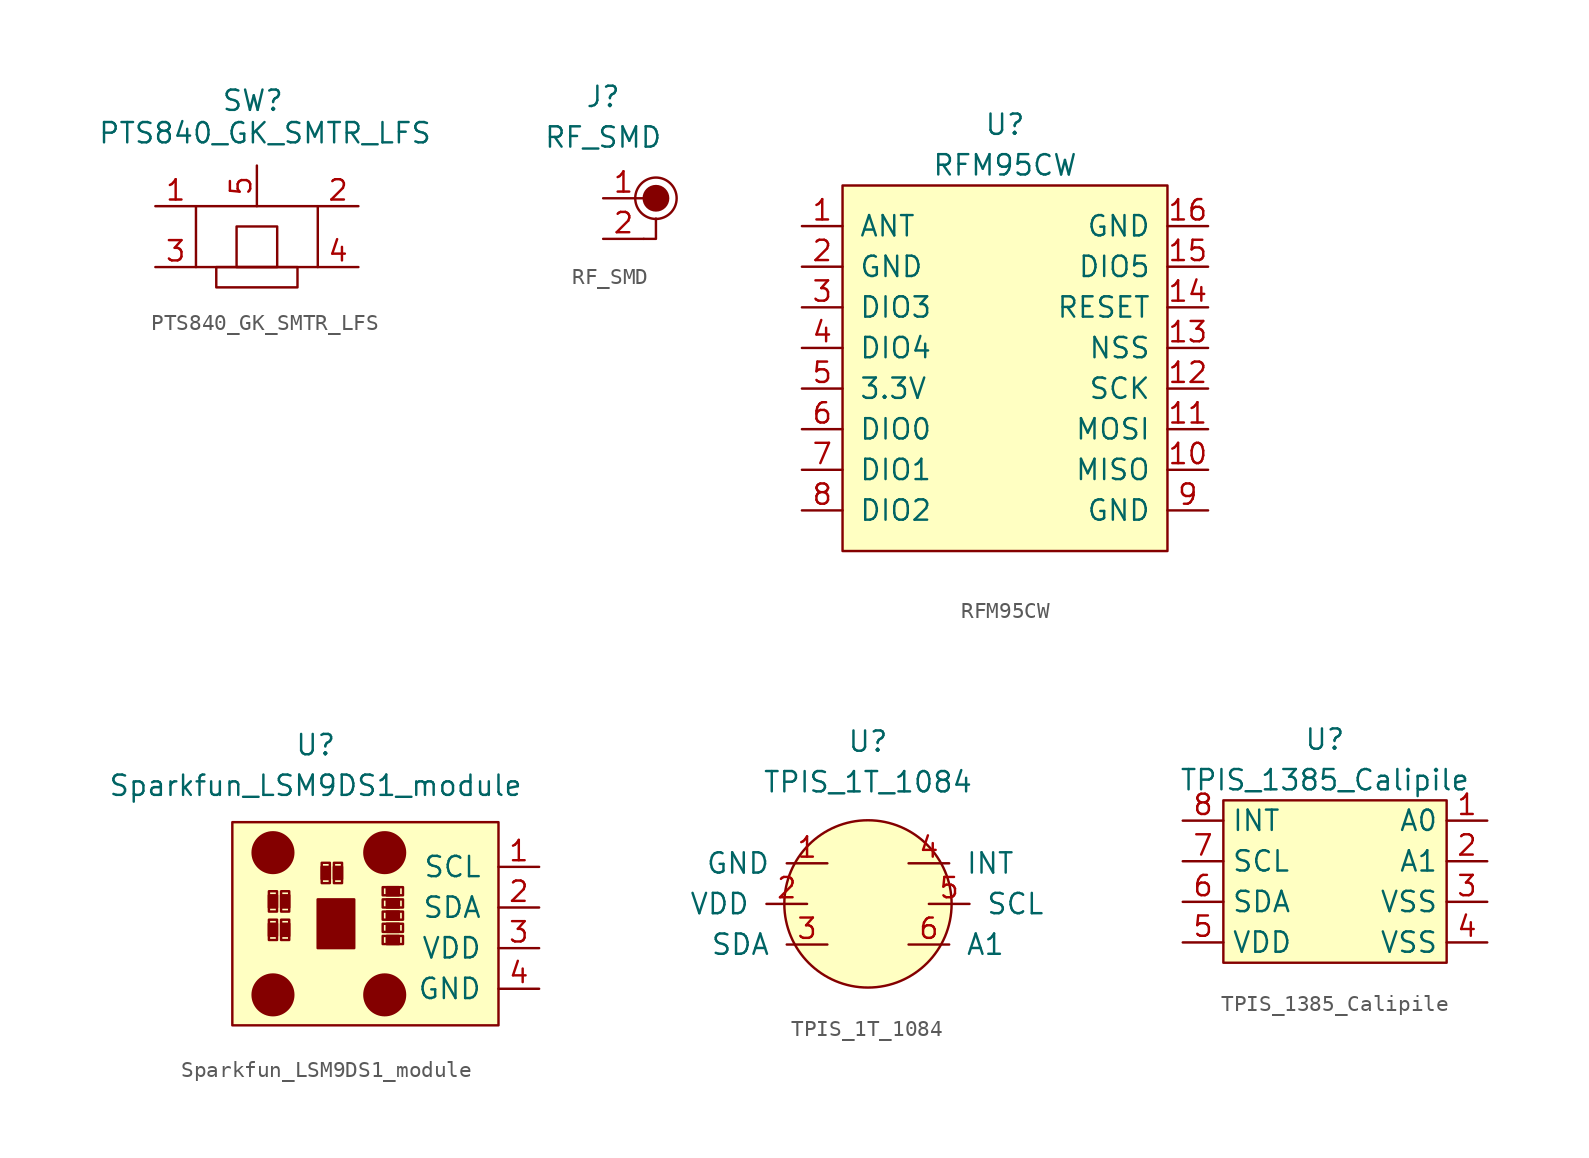
<source format=kicad_sym>
(kicad_symbol_lib
  (version 20211014)
  (generator kicad_symbol_editor)
  (symbol "PTS840_GK_SMTR_LFS"
    (pin_names
      (offset 1.016))
    (property "Reference" "SW"
      (at -0.254 4.064 0)
      (effects (font (size 1.27 1.27))))
    (property "Value" "PTS840_GK_SMTR_LFS"
      (at 0.508 2.032 0)
      (effects (font (size 1.27 1.27))))
    (symbol "PTS840_GK_SMTR_LFS_0_1"
      (rectangle (start -3.81 -2.54) (end 3.81 -6.35) (stroke (width 0) (type default) (color 0 0 0 0)) (fill (type none)))
      (rectangle (start -2.54 -6.35) (end 2.54 -7.62) (stroke (width 0) (type default) (color 0 0 0 0)) (fill (type none)))
      (rectangle (start -1.27 -6.35) (end 1.27 -3.81) (stroke (width 0) (type default) (color 0 0 0 0)) (fill (type none))))
    (symbol "PTS840_GK_SMTR_LFS_1_1"
      (pin input line (at -6.35 -2.54 0) (length 2.54) (name "~" (effects (font (size 1.27 1.27)))) (number "1" (effects (font (size 1.27 1.27)))))
      (pin input line (at 6.35 -2.54 180) (length 2.54) (name "~" (effects (font (size 1.27 1.27)))) (number "2" (effects (font (size 1.27 1.27)))))
      (pin input line (at -6.35 -6.35 0) (length 2.54) (name "~" (effects (font (size 1.27 1.27)))) (number "3" (effects (font (size 1.27 1.27)))))
      (pin input line (at 6.35 -6.35 180) (length 2.54) (name "~" (effects (font (size 1.27 1.27)))) (number "4" (effects (font (size 1.27 1.27)))))
      (pin input line (at 0 0 270) (length 2.54) (name "~" (effects (font (size 1.27 1.27)))) (number "5" (effects (font (size 1.27 1.27)))))))
  (symbol "RF_SMD"
    (pin_names
      (offset 1.016))
    (property "Reference" "J"
      (at 0 2.54 0)
      (effects (font (size 1.27 1.27))))
    (property "Value" "RF_SMD"
      (at 0 0 0)
      (effects (font (size 1.27 1.27))))
    (symbol "RF_SMD_0_1"
      (polyline (pts (xy 2.54 -6.35) (xy 3.302 -6.35) (xy 3.302 -5.08)) (stroke (width 0) (type default) (color 0 0 0 0)) (fill (type none)))
      (circle (center 3.302 -3.81) (radius 0.762) (stroke (width 0) (type default) (color 0 0 0 0)) (fill (type outline)))
      (circle (center 3.302 -3.81) (radius 1.295) (stroke (width 0) (type default) (color 0 0 0 0)) (fill (type none))))
    (symbol "RF_SMD_1_1"
      (pin input line (at 0 -3.81 0) (length 2.54) (name "~" (effects (font (size 1.27 1.27)))) (number "1" (effects (font (size 1.27 1.27)))))
      (pin input line (at 0 -6.35 0) (length 2.54) (name "~" (effects (font (size 1.27 1.27)))) (number "2" (effects (font (size 1.27 1.27)))))))
  (symbol "RFM95CW"
    (pin_names
      (offset 1.016))
    (property "Reference" "U"
      (at 0 1.27 0)
      (effects (font (size 1.27 1.27))))
    (property "Value" "RFM95CW"
      (at 0 -1.27 0)
      (effects (font (size 1.27 1.27))))
    (symbol "RFM95CW_0_1"
      (rectangle (start -10.16 -2.54) (end 10.16 -25.4) (stroke (width 0) (type default) (color 0 0 0 0)) (fill (type background))))
    (symbol "RFM95CW_1_1"
      (pin input line (at -12.7 -5.08 0) (length 2.54) (name "ANT" (effects (font (size 1.27 1.27)))) (number "1" (effects (font (size 1.27 1.27)))))
      (pin input line (at 12.7 -20.32 180) (length 2.54) (name "MISO" (effects (font (size 1.27 1.27)))) (number "10" (effects (font (size 1.27 1.27)))))
      (pin input line (at 12.7 -17.78 180) (length 2.54) (name "MOSI" (effects (font (size 1.27 1.27)))) (number "11" (effects (font (size 1.27 1.27)))))
      (pin input line (at 12.7 -15.24 180) (length 2.54) (name "SCK" (effects (font (size 1.27 1.27)))) (number "12" (effects (font (size 1.27 1.27)))))
      (pin input line (at 12.7 -12.7 180) (length 2.54) (name "NSS" (effects (font (size 1.27 1.27)))) (number "13" (effects (font (size 1.27 1.27)))))
      (pin input line (at 12.7 -10.16 180) (length 2.54) (name "RESET" (effects (font (size 1.27 1.27)))) (number "14" (effects (font (size 1.27 1.27)))))
      (pin input line (at 12.7 -7.62 180) (length 2.54) (name "DIO5" (effects (font (size 1.27 1.27)))) (number "15" (effects (font (size 1.27 1.27)))))
      (pin input line (at 12.7 -5.08 180) (length 2.54) (name "GND" (effects (font (size 1.27 1.27)))) (number "16" (effects (font (size 1.27 1.27)))))
      (pin input line (at -12.7 -7.62 0) (length 2.54) (name "GND" (effects (font (size 1.27 1.27)))) (number "2" (effects (font (size 1.27 1.27)))))
      (pin input line (at -12.7 -10.16 0) (length 2.54) (name "DIO3" (effects (font (size 1.27 1.27)))) (number "3" (effects (font (size 1.27 1.27)))))
      (pin input line (at -12.7 -12.7 0) (length 2.54) (name "DIO4" (effects (font (size 1.27 1.27)))) (number "4" (effects (font (size 1.27 1.27)))))
      (pin input line (at -12.7 -15.24 0) (length 2.54) (name "3.3V" (effects (font (size 1.27 1.27)))) (number "5" (effects (font (size 1.27 1.27)))))
      (pin input line (at -12.7 -17.78 0) (length 2.54) (name "DIO0" (effects (font (size 1.27 1.27)))) (number "6" (effects (font (size 1.27 1.27)))))
      (pin input line (at -12.7 -20.32 0) (length 2.54) (name "DIO1" (effects (font (size 1.27 1.27)))) (number "7" (effects (font (size 1.27 1.27)))))
      (pin input line (at -12.7 -22.86 0) (length 2.54) (name "DIO2" (effects (font (size 1.27 1.27)))) (number "8" (effects (font (size 1.27 1.27)))))
      (pin input line (at 12.7 -22.86 180) (length 2.54) (name "GND" (effects (font (size 1.27 1.27)))) (number "9" (effects (font (size 1.27 1.27)))))))
  (symbol "Sparkfun_LSM9DS1_module"
    (pin_names
      (offset 1.016))
    (property "Reference" "U"
      (at 0 2.54 0)
      (effects (font (size 1.27 1.27))))
    (property "Value" "Sparkfun_LSM9DS1_module"
      (at 0 0 0)
      (effects (font (size 1.27 1.27))))
    (symbol "Sparkfun_LSM9DS1_module_0_1"
      (rectangle (start -5.207 -2.286) (end 11.43 -14.986) (stroke (width 0) (type default) (color 0 0 0 0)) (fill (type background)))
      (rectangle (start -2.921 -8.636) (end -2.413 -9.398) (stroke (width 0) (type default) (color 0 0 0 0)) (fill (type outline)))
      (rectangle (start -2.921 -8.382) (end -2.413 -9.652) (stroke (width 0) (type default) (color 0 0 0 0)) (fill (type none)))
      (rectangle (start -2.921 -6.858) (end -2.413 -7.62) (stroke (width 0) (type default) (color 0 0 0 0)) (fill (type outline)))
      (rectangle (start -2.921 -6.604) (end -2.413 -7.874) (stroke (width 0) (type default) (color 0 0 0 0)) (fill (type none)))
      (circle (center -2.667 -13.081) (radius 1.27) (stroke (width 0) (type default) (color 0 0 0 0)) (fill (type outline)))
      (circle (center -2.667 -4.191) (radius 1.27) (stroke (width 0) (type default) (color 0 0 0 0)) (fill (type outline)))
      (rectangle (start -2.159 -8.636) (end -1.651 -9.398) (stroke (width 0) (type default) (color 0 0 0 0)) (fill (type outline)))
      (rectangle (start -2.159 -8.382) (end -1.651 -9.652) (stroke (width 0) (type default) (color 0 0 0 0)) (fill (type none)))
      (rectangle (start -2.159 -6.858) (end -1.651 -7.62) (stroke (width 0) (type default) (color 0 0 0 0)) (fill (type outline)))
      (rectangle (start -2.159 -6.604) (end -1.651 -7.874) (stroke (width 0) (type default) (color 0 0 0 0)) (fill (type none)))
      (rectangle (start 0.127 -7.112) (end 2.413 -10.16) (stroke (width 0) (type default) (color 0 0 0 0)) (fill (type outline)))
      (rectangle (start 0.381 -5.08) (end 0.889 -5.842) (stroke (width 0) (type default) (color 0 0 0 0)) (fill (type outline)))
      (rectangle (start 0.381 -4.826) (end 0.889 -6.096) (stroke (width 0) (type default) (color 0 0 0 0)) (fill (type none)))
      (rectangle (start 1.143 -5.08) (end 1.651 -5.842) (stroke (width 0) (type default) (color 0 0 0 0)) (fill (type outline)))
      (rectangle (start 1.143 -4.826) (end 1.651 -6.096) (stroke (width 0) (type default) (color 0 0 0 0)) (fill (type none)))
      (rectangle (start 4.191 -9.398) (end 5.461 -9.906) (stroke (width 0) (type default) (color 0 0 0 0)) (fill (type none)))
      (rectangle (start 4.191 -8.636) (end 5.461 -9.144) (stroke (width 0) (type default) (color 0 0 0 0)) (fill (type none)))
      (rectangle (start 4.191 -7.874) (end 5.461 -8.382) (stroke (width 0) (type default) (color 0 0 0 0)) (fill (type none)))
      (rectangle (start 4.191 -7.112) (end 5.461 -7.62) (stroke (width 0) (type default) (color 0 0 0 0)) (fill (type none)))
      (rectangle (start 4.191 -6.35) (end 5.461 -6.858) (stroke (width 0) (type default) (color 0 0 0 0)) (fill (type none)))
      (circle (center 4.318 -13.081) (radius 1.27) (stroke (width 0) (type default) (color 0 0 0 0)) (fill (type outline)))
      (circle (center 4.318 -4.191) (radius 1.27) (stroke (width 0) (type default) (color 0 0 0 0)) (fill (type outline)))
      (rectangle (start 4.445 -9.398) (end 5.207 -9.906) (stroke (width 0) (type default) (color 0 0 0 0)) (fill (type outline)))
      (rectangle (start 4.445 -8.636) (end 5.207 -9.144) (stroke (width 0) (type default) (color 0 0 0 0)) (fill (type outline)))
      (rectangle (start 4.445 -7.874) (end 5.207 -8.382) (stroke (width 0) (type default) (color 0 0 0 0)) (fill (type outline)))
      (rectangle (start 4.445 -7.112) (end 5.207 -7.62) (stroke (width 0) (type default) (color 0 0 0 0)) (fill (type outline)))
      (rectangle (start 4.445 -6.35) (end 5.207 -6.858) (stroke (width 0) (type default) (color 0 0 0 0)) (fill (type outline))))
    (symbol "Sparkfun_LSM9DS1_module_1_1"
      (pin input line (at 13.97 -5.08 180) (length 2.54) (name "SCL" (effects (font (size 1.27 1.27)))) (number "1" (effects (font (size 1.27 1.27)))))
      (pin input line (at 13.97 -7.62 180) (length 2.54) (name "SDA" (effects (font (size 1.27 1.27)))) (number "2" (effects (font (size 1.27 1.27)))))
      (pin input line (at 13.97 -10.16 180) (length 2.54) (name "VDD" (effects (font (size 1.27 1.27)))) (number "3" (effects (font (size 1.27 1.27)))))
      (pin input line (at 13.97 -12.7 180) (length 2.54) (name "GND" (effects (font (size 1.27 1.27)))) (number "4" (effects (font (size 1.27 1.27)))))))
  (symbol "TPIS_1T_1084"
    (pin_names
      (offset 1.016))
    (property "Reference" "U"
      (at 0 2.54 0)
      (effects (font (size 1.27 1.27))))
    (property "Value" "TPIS_1T_1084"
      (at 0 0 0)
      (effects (font (size 1.27 1.27))))
    (symbol "TPIS_1T_1084_0_1"
      (circle (center 0 -7.62) (radius 5.232) (stroke (width 0) (type default) (color 0 0 0 0)) (fill (type background))))
    (symbol "TPIS_1T_1084_1_1"
      (pin input line (at -2.54 -5.08 180) (length 2.54) (name "GND" (effects (font (size 1.27 1.27)))) (number "1" (effects (font (size 1.27 1.27)))))
      (pin input line (at -3.81 -7.62 180) (length 2.54) (name "VDD" (effects (font (size 1.27 1.27)))) (number "2" (effects (font (size 1.27 1.27)))))
      (pin input line (at -2.54 -10.16 180) (length 2.54) (name "SDA" (effects (font (size 1.27 1.27)))) (number "3" (effects (font (size 1.27 1.27)))))
      (pin input line (at 2.54 -5.08 0) (length 2.54) (name "INT" (effects (font (size 1.27 1.27)))) (number "4" (effects (font (size 1.27 1.27)))))
      (pin input line (at 3.81 -7.62 0) (length 2.54) (name "SCL" (effects (font (size 1.27 1.27)))) (number "5" (effects (font (size 1.27 1.27)))))
      (pin input line (at 2.54 -10.16 0) (length 2.54) (name "A1" (effects (font (size 1.27 1.27)))) (number "6" (effects (font (size 1.27 1.27)))))))
  (symbol "TPIS_1385_Calipile"
    (property "Reference" "U"
      (at -2.54 10.16 0)
      (effects (font (size 1.27 1.27))))
    (property "Value" "TPIS_1385_Calipile"
      (at -2.54 7.62 0)
      (effects (font (size 1.27 1.27))))
    (symbol "TPIS_1385_Calipile_0_1"
      (rectangle (start -8.89 6.35) (end 5.08 -3.81) (stroke (width 0.152) (type default) (color 0 0 0 0)) (fill (type background))))
    (symbol "TPIS_1385_Calipile_1_1"
      (pin input line (at 7.62 5.08 180) (length 2.54) (name "A0" (effects (font (size 1.27 1.27)))) (number "1" (effects (font (size 1.27 1.27)))))
      (pin input line (at 7.62 2.54 180) (length 2.54) (name "A1" (effects (font (size 1.27 1.27)))) (number "2" (effects (font (size 1.27 1.27)))))
      (pin input line (at 7.62 0 180) (length 2.54) (name "VSS" (effects (font (size 1.27 1.27)))) (number "3" (effects (font (size 1.27 1.27)))))
      (pin input line (at 7.62 -2.54 180) (length 2.54) (name "VSS" (effects (font (size 1.27 1.27)))) (number "4" (effects (font (size 1.27 1.27)))))
      (pin input line (at -11.43 -2.54 0) (length 2.54) (name "VDD" (effects (font (size 1.27 1.27)))) (number "5" (effects (font (size 1.27 1.27)))))
      (pin input line (at -11.43 0 0) (length 2.54) (name "SDA" (effects (font (size 1.27 1.27)))) (number "6" (effects (font (size 1.27 1.27)))))
      (pin input line (at -11.43 2.54 0) (length 2.54) (name "SCL" (effects (font (size 1.27 1.27)))) (number "7" (effects (font (size 1.27 1.27)))))
      (pin input line (at -11.43 5.08 0) (length 2.54) (name "INT" (effects (font (size 1.27 1.27)))) (number "8" (effects (font (size 1.27 1.27))))))))
</source>
